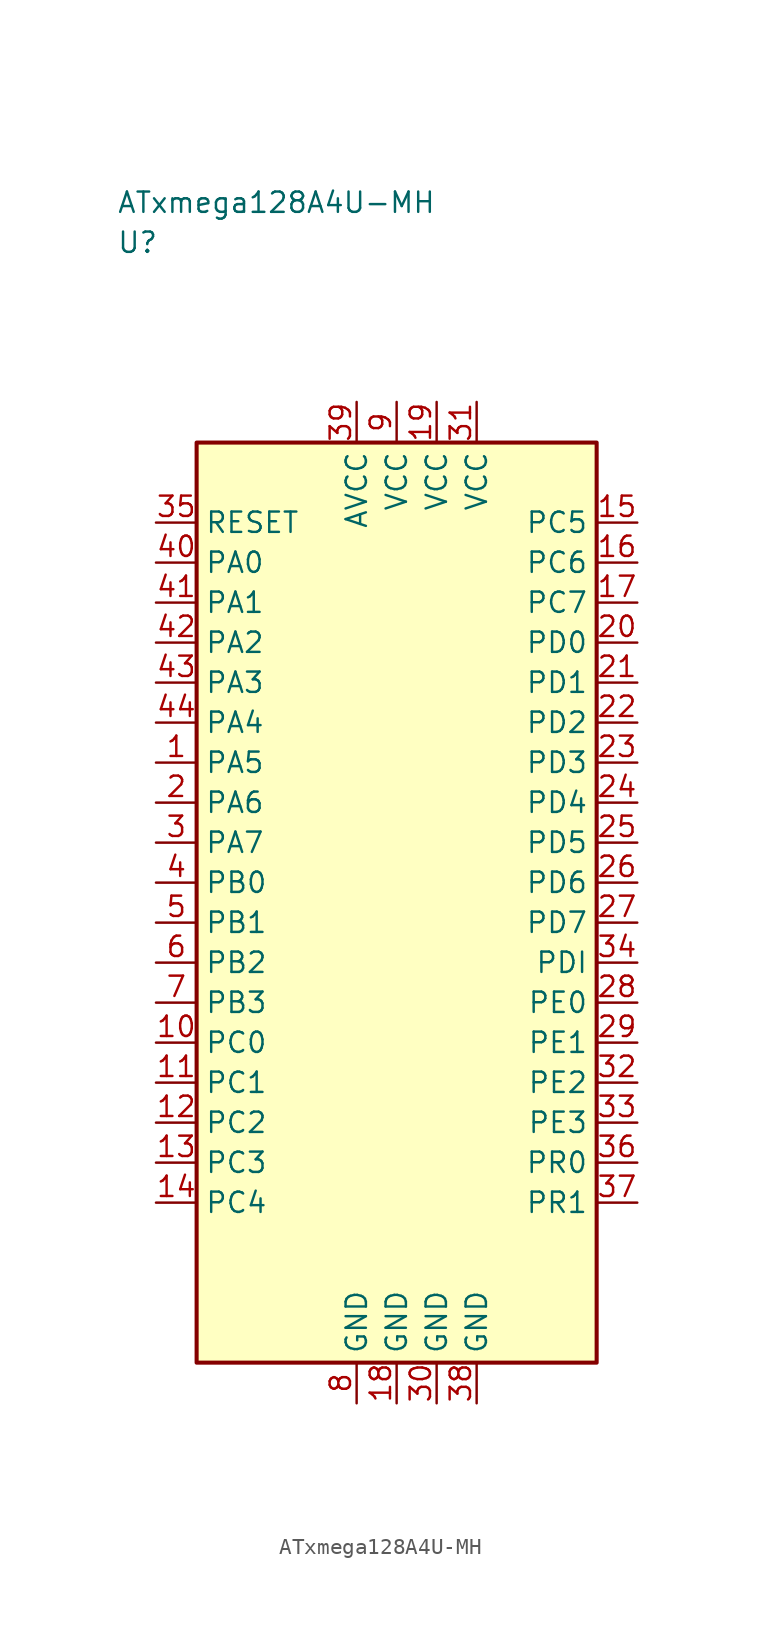
<source format=kicad_sym>
(kicad_symbol_lib
  (version 20241025)
  (generator "kicad_symbol_editor")
  (generator_version "8.0")
  (symbol "ATxmega128A4U-MH"
    (property "Reference" "U"
      (at -17.5 41.25 0)
      (effects (font (size 1.27 1.27)) (justify left)))
    (property "Value" "ATxmega128A4U-MH"
      (at -17.5 43.75 0)
      (effects (font (size 1.27 1.27)) (justify left)))
    (symbol "ATxmega128A4U-MH_0_1"
      (rectangle (start -12.5 28.75) (end 12.5 -28.75) (stroke (width 0.254) (type default)) (fill (type background))))
    (symbol "ATxmega128A4U-MH_1_1"
      (pin bidirectional line (at -15.04 8.75 0.0) (length 2.54) (name "PA5" (effects (font (size 1.27 1.27)))) (number "1" (effects (font (size 1.27 1.27)))))
      (pin bidirectional line (at -15.04 6.25 0.0) (length 2.54) (name "PA6" (effects (font (size 1.27 1.27)))) (number "2" (effects (font (size 1.27 1.27)))))
      (pin bidirectional line (at -15.04 3.75 0.0) (length 2.54) (name "PA7" (effects (font (size 1.27 1.27)))) (number "3" (effects (font (size 1.27 1.27)))))
      (pin bidirectional line (at -15.04 1.25 0.0) (length 2.54) (name "PB0" (effects (font (size 1.27 1.27)))) (number "4" (effects (font (size 1.27 1.27)))))
      (pin bidirectional line (at -15.04 -1.25 0.0) (length 2.54) (name "PB1" (effects (font (size 1.27 1.27)))) (number "5" (effects (font (size 1.27 1.27)))))
      (pin bidirectional line (at -15.04 -3.75 0.0) (length 2.54) (name "PB2" (effects (font (size 1.27 1.27)))) (number "6" (effects (font (size 1.27 1.27)))))
      (pin bidirectional line (at -15.04 -6.25 0.0) (length 2.54) (name "PB3" (effects (font (size 1.27 1.27)))) (number "7" (effects (font (size 1.27 1.27)))))
      (pin passive line (at -2.5 -31.29 90.0) (length 2.54) (name "GND" (effects (font (size 1.27 1.27)))) (number "8" (effects (font (size 1.27 1.27)))))
      (pin power_in line (at 0.0 31.29 270.0) (length 2.54) (name "VCC" (effects (font (size 1.27 1.27)))) (number "9" (effects (font (size 1.27 1.27)))))
      (pin bidirectional line (at -15.04 -8.75 0.0) (length 2.54) (name "PC0" (effects (font (size 1.27 1.27)))) (number "10" (effects (font (size 1.27 1.27)))))
      (pin bidirectional line (at -15.04 -11.25 0.0) (length 2.54) (name "PC1" (effects (font (size 1.27 1.27)))) (number "11" (effects (font (size 1.27 1.27)))))
      (pin bidirectional line (at -15.04 -13.75 0.0) (length 2.54) (name "PC2" (effects (font (size 1.27 1.27)))) (number "12" (effects (font (size 1.27 1.27)))))
      (pin bidirectional line (at -15.04 -16.25 0.0) (length 2.54) (name "PC3" (effects (font (size 1.27 1.27)))) (number "13" (effects (font (size 1.27 1.27)))))
      (pin bidirectional line (at -15.04 -18.75 0.0) (length 2.54) (name "PC4" (effects (font (size 1.27 1.27)))) (number "14" (effects (font (size 1.27 1.27)))))
      (pin bidirectional line (at 15.04 23.75 180.0) (length 2.54) (name "PC5" (effects (font (size 1.27 1.27)))) (number "15" (effects (font (size 1.27 1.27)))))
      (pin bidirectional line (at 15.04 21.25 180.0) (length 2.54) (name "PC6" (effects (font (size 1.27 1.27)))) (number "16" (effects (font (size 1.27 1.27)))))
      (pin bidirectional line (at 15.04 18.75 180.0) (length 2.54) (name "PC7" (effects (font (size 1.27 1.27)))) (number "17" (effects (font (size 1.27 1.27)))))
      (pin passive line (at 0.0 -31.29 90.0) (length 2.54) (name "GND" (effects (font (size 1.27 1.27)))) (number "18" (effects (font (size 1.27 1.27)))))
      (pin power_in line (at 2.5 31.29 270.0) (length 2.54) (name "VCC" (effects (font (size 1.27 1.27)))) (number "19" (effects (font (size 1.27 1.27)))))
      (pin bidirectional line (at 15.04 16.25 180.0) (length 2.54) (name "PD0" (effects (font (size 1.27 1.27)))) (number "20" (effects (font (size 1.27 1.27)))))
      (pin bidirectional line (at 15.04 13.75 180.0) (length 2.54) (name "PD1" (effects (font (size 1.27 1.27)))) (number "21" (effects (font (size 1.27 1.27)))))
      (pin bidirectional line (at 15.04 11.25 180.0) (length 2.54) (name "PD2" (effects (font (size 1.27 1.27)))) (number "22" (effects (font (size 1.27 1.27)))))
      (pin bidirectional line (at 15.04 8.75 180.0) (length 2.54) (name "PD3" (effects (font (size 1.27 1.27)))) (number "23" (effects (font (size 1.27 1.27)))))
      (pin bidirectional line (at 15.04 6.25 180.0) (length 2.54) (name "PD4" (effects (font (size 1.27 1.27)))) (number "24" (effects (font (size 1.27 1.27)))))
      (pin bidirectional line (at 15.04 3.75 180.0) (length 2.54) (name "PD5" (effects (font (size 1.27 1.27)))) (number "25" (effects (font (size 1.27 1.27)))))
      (pin bidirectional line (at 15.04 1.25 180.0) (length 2.54) (name "PD6" (effects (font (size 1.27 1.27)))) (number "26" (effects (font (size 1.27 1.27)))))
      (pin bidirectional line (at 15.04 -1.25 180.0) (length 2.54) (name "PD7" (effects (font (size 1.27 1.27)))) (number "27" (effects (font (size 1.27 1.27)))))
      (pin bidirectional line (at 15.04 -6.25 180.0) (length 2.54) (name "PE0" (effects (font (size 1.27 1.27)))) (number "28" (effects (font (size 1.27 1.27)))))
      (pin bidirectional line (at 15.04 -8.75 180.0) (length 2.54) (name "PE1" (effects (font (size 1.27 1.27)))) (number "29" (effects (font (size 1.27 1.27)))))
      (pin passive line (at 2.5 -31.29 90.0) (length 2.54) (name "GND" (effects (font (size 1.27 1.27)))) (number "30" (effects (font (size 1.27 1.27)))))
      (pin power_in line (at 5.0 31.29 270.0) (length 2.54) (name "VCC" (effects (font (size 1.27 1.27)))) (number "31" (effects (font (size 1.27 1.27)))))
      (pin bidirectional line (at 15.04 -11.25 180.0) (length 2.54) (name "PE2" (effects (font (size 1.27 1.27)))) (number "32" (effects (font (size 1.27 1.27)))))
      (pin bidirectional line (at 15.04 -13.75 180.0) (length 2.54) (name "PE3" (effects (font (size 1.27 1.27)))) (number "33" (effects (font (size 1.27 1.27)))))
      (pin bidirectional line (at 15.04 -3.75 180.0) (length 2.54) (name "PDI" (effects (font (size 1.27 1.27)))) (number "34" (effects (font (size 1.27 1.27)))))
      (pin input line (at -15.04 23.75 0.0) (length 2.54) (name "RESET" (effects (font (size 1.27 1.27)))) (number "35" (effects (font (size 1.27 1.27)))))
      (pin bidirectional line (at 15.04 -16.25 180.0) (length 2.54) (name "PR0" (effects (font (size 1.27 1.27)))) (number "36" (effects (font (size 1.27 1.27)))))
      (pin bidirectional line (at 15.04 -18.75 180.0) (length 2.54) (name "PR1" (effects (font (size 1.27 1.27)))) (number "37" (effects (font (size 1.27 1.27)))))
      (pin passive line (at 5.0 -31.29 90.0) (length 2.54) (name "GND" (effects (font (size 1.27 1.27)))) (number "38" (effects (font (size 1.27 1.27)))))
      (pin power_in line (at -2.5 31.29 270.0) (length 2.54) (name "AVCC" (effects (font (size 1.27 1.27)))) (number "39" (effects (font (size 1.27 1.27)))))
      (pin bidirectional line (at -15.04 21.25 0.0) (length 2.54) (name "PA0" (effects (font (size 1.27 1.27)))) (number "40" (effects (font (size 1.27 1.27)))))
      (pin bidirectional line (at -15.04 18.75 0.0) (length 2.54) (name "PA1" (effects (font (size 1.27 1.27)))) (number "41" (effects (font (size 1.27 1.27)))))
      (pin bidirectional line (at -15.04 16.25 0.0) (length 2.54) (name "PA2" (effects (font (size 1.27 1.27)))) (number "42" (effects (font (size 1.27 1.27)))))
      (pin bidirectional line (at -15.04 13.75 0.0) (length 2.54) (name "PA3" (effects (font (size 1.27 1.27)))) (number "43" (effects (font (size 1.27 1.27)))))
      (pin bidirectional line (at -15.04 11.25 0.0) (length 2.54) (name "PA4" (effects (font (size 1.27 1.27)))) (number "44" (effects (font (size 1.27 1.27))))))))
</source>
